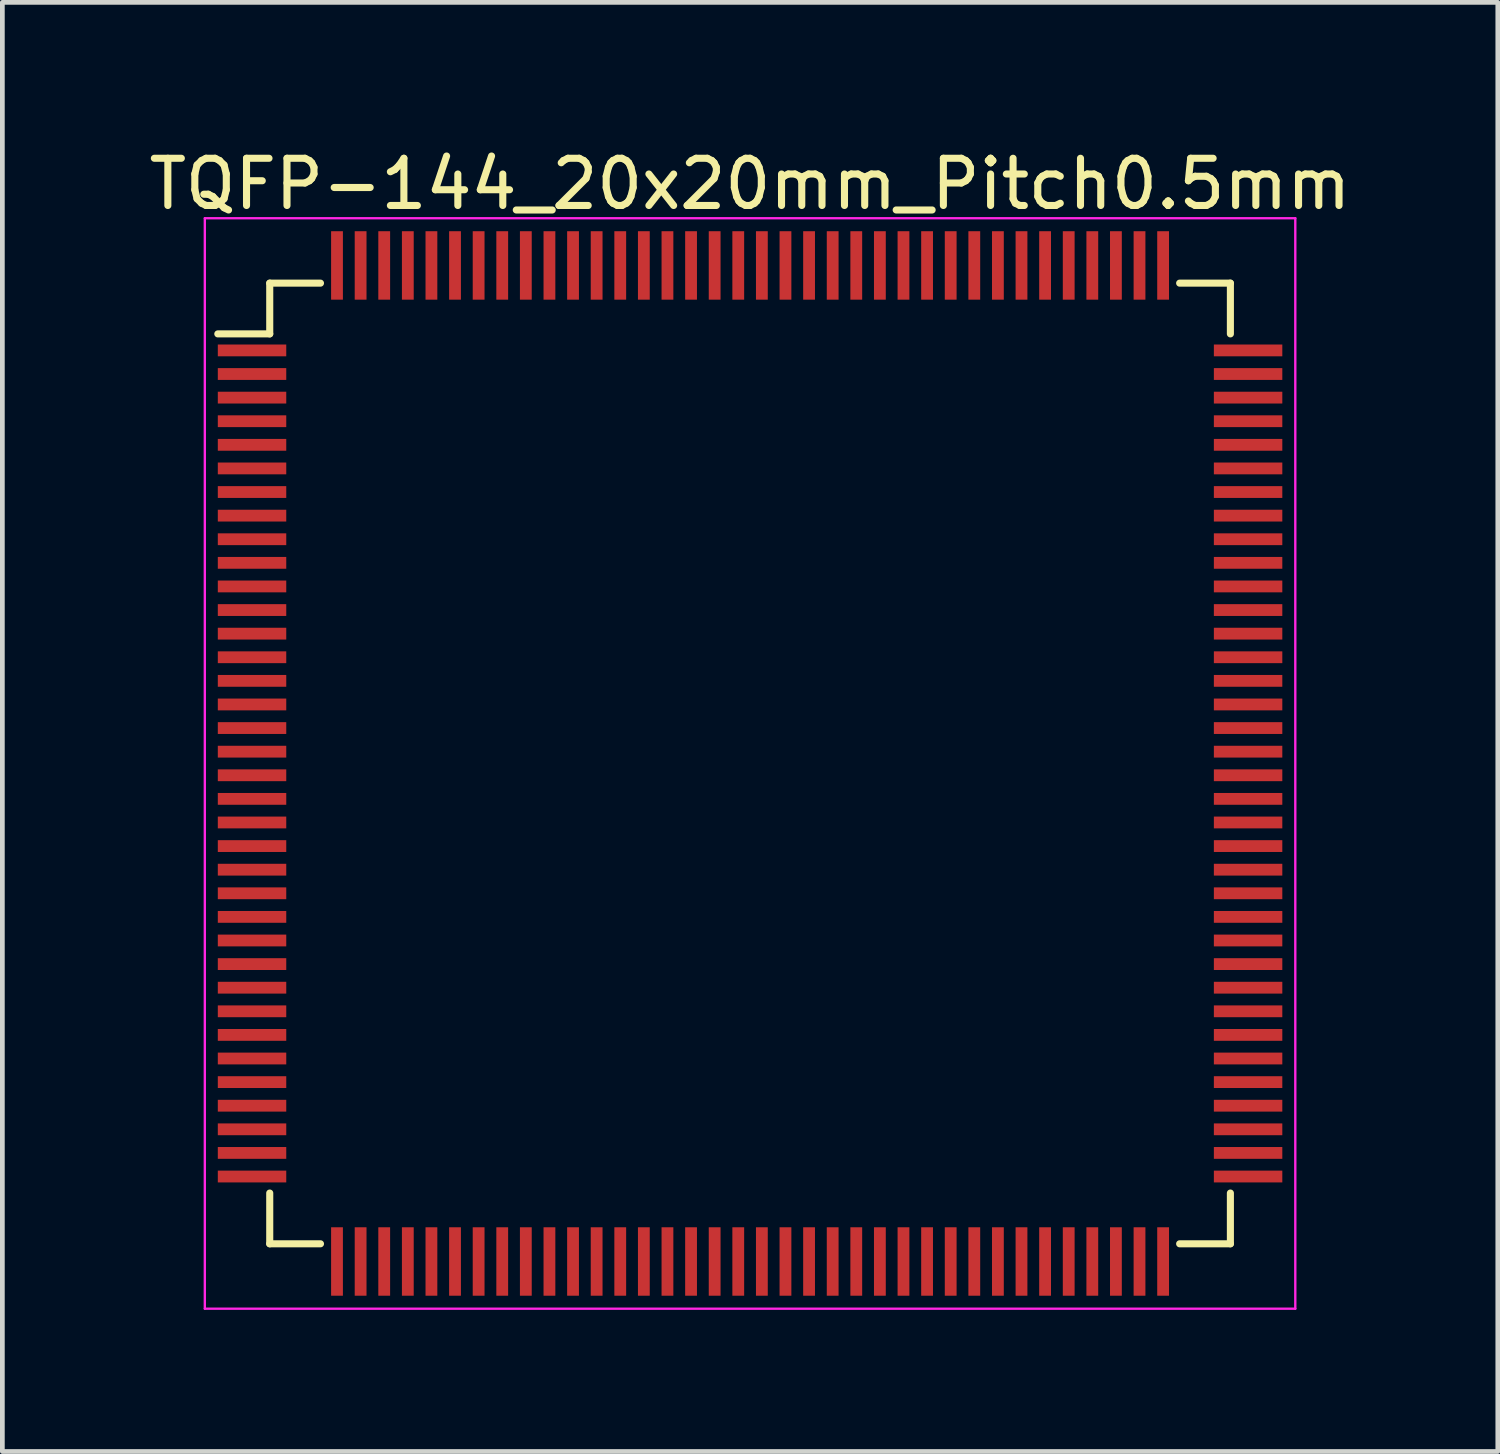
<source format=kicad_pcb>
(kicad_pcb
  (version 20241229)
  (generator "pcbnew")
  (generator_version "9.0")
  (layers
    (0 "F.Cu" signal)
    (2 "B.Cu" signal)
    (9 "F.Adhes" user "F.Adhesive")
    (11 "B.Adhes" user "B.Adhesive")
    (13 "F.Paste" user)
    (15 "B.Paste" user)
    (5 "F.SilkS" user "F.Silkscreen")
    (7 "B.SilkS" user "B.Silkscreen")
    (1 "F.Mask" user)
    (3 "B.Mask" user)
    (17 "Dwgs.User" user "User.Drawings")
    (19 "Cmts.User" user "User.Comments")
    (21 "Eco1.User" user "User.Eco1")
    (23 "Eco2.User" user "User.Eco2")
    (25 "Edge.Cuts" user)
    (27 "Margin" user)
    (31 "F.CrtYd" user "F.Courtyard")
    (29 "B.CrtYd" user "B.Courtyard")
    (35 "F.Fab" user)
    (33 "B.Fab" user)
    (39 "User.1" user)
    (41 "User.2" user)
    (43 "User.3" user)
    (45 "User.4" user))
  (footprint "TQFP-144_20x20mm_Pitch0.5mm"
    (layer "F.Cu")
    (at 12.839 13.123)
    (property "Reference" "TQFP-144_20x20mm_Pitch0.5mm" (at 0 -12.275 0) (layer "F.SilkS") (effects (font (size 1 1) (thickness 0.15))))
    (attr smd)
    (fp_line (start -10.175 -10.175) (end -10.175 -9.1) (stroke (width 0.15) (type solid)) (layer "F.SilkS"))
    (fp_line (start -10.175 -10.175) (end -9.1 -10.175) (stroke (width 0.15) (type solid)) (layer "F.SilkS"))
    (fp_line (start -10.175 -9.1) (end -11.275 -9.1) (stroke (width 0.15) (type solid)) (layer "F.SilkS"))
    (fp_line (start -10.175 10.175) (end -10.175 9.1) (stroke (width 0.15) (type solid)) (layer "F.SilkS"))
    (fp_line (start -10.175 10.175) (end -9.1 10.175) (stroke (width 0.15) (type solid)) (layer "F.SilkS"))
    (fp_line (start 10.175 -10.175) (end 9.1 -10.175) (stroke (width 0.15) (type solid)) (layer "F.SilkS"))
    (fp_line (start 10.175 -10.175) (end 10.175 -9.1) (stroke (width 0.15) (type solid)) (layer "F.SilkS"))
    (fp_line (start 10.175 10.175) (end 9.1 10.175) (stroke (width 0.15) (type solid)) (layer "F.SilkS"))
    (fp_line (start 10.175 10.175) (end 10.175 9.1) (stroke (width 0.15) (type solid)) (layer "F.SilkS"))
    (fp_line (start -11.55 -11.55) (end -11.55 11.55) (stroke (width 0.05) (type solid)) (layer "F.CrtYd"))
    (fp_line (start -11.55 -11.55) (end 11.55 -11.55) (stroke (width 0.05) (type solid)) (layer "F.CrtYd"))
    (fp_line (start -11.55 11.55) (end 11.55 11.55) (stroke (width 0.05) (type solid)) (layer "F.CrtYd"))
    (fp_line (start 11.55 -11.55) (end 11.55 11.55) (stroke (width 0.05) (type solid)) (layer "F.CrtYd"))
    (pad "1" smd rect (at -10.55 -8.75) (size 1.45 0.25) (layers "F.Cu" "F.Mask" "F.Paste"))
    (pad "2" smd rect (at -10.55 -8.25) (size 1.45 0.25) (layers "F.Cu" "F.Mask" "F.Paste"))
    (pad "3" smd rect (at -10.55 -7.75) (size 1.45 0.25) (layers "F.Cu" "F.Mask" "F.Paste"))
    (pad "4" smd rect (at -10.55 -7.25) (size 1.45 0.25) (layers "F.Cu" "F.Mask" "F.Paste"))
    (pad "5" smd rect (at -10.55 -6.75) (size 1.45 0.25) (layers "F.Cu" "F.Mask" "F.Paste"))
    (pad "6" smd rect (at -10.55 -6.25) (size 1.45 0.25) (layers "F.Cu" "F.Mask" "F.Paste"))
    (pad "7" smd rect (at -10.55 -5.75) (size 1.45 0.25) (layers "F.Cu" "F.Mask" "F.Paste"))
    (pad "8" smd rect (at -10.55 -5.25) (size 1.45 0.25) (layers "F.Cu" "F.Mask" "F.Paste"))
    (pad "9" smd rect (at -10.55 -4.75) (size 1.45 0.25) (layers "F.Cu" "F.Mask" "F.Paste"))
    (pad "10" smd rect (at -10.55 -4.25) (size 1.45 0.25) (layers "F.Cu" "F.Mask" "F.Paste"))
    (pad "11" smd rect (at -10.55 -3.75) (size 1.45 0.25) (layers "F.Cu" "F.Mask" "F.Paste"))
    (pad "12" smd rect (at -10.55 -3.25) (size 1.45 0.25) (layers "F.Cu" "F.Mask" "F.Paste"))
    (pad "13" smd rect (at -10.55 -2.75) (size 1.45 0.25) (layers "F.Cu" "F.Mask" "F.Paste"))
    (pad "14" smd rect (at -10.55 -2.25) (size 1.45 0.25) (layers "F.Cu" "F.Mask" "F.Paste"))
    (pad "15" smd rect (at -10.55 -1.75) (size 1.45 0.25) (layers "F.Cu" "F.Mask" "F.Paste"))
    (pad "16" smd rect (at -10.55 -1.25) (size 1.45 0.25) (layers "F.Cu" "F.Mask" "F.Paste"))
    (pad "17" smd rect (at -10.55 -0.75) (size 1.45 0.25) (layers "F.Cu" "F.Mask" "F.Paste"))
    (pad "18" smd rect (at -10.55 -0.25) (size 1.45 0.25) (layers "F.Cu" "F.Mask" "F.Paste"))
    (pad "19" smd rect (at -10.55 0.25) (size 1.45 0.25) (layers "F.Cu" "F.Mask" "F.Paste"))
    (pad "20" smd rect (at -10.55 0.75) (size 1.45 0.25) (layers "F.Cu" "F.Mask" "F.Paste"))
    (pad "21" smd rect (at -10.55 1.25) (size 1.45 0.25) (layers "F.Cu" "F.Mask" "F.Paste"))
    (pad "22" smd rect (at -10.55 1.75) (size 1.45 0.25) (layers "F.Cu" "F.Mask" "F.Paste"))
    (pad "23" smd rect (at -10.55 2.25) (size 1.45 0.25) (layers "F.Cu" "F.Mask" "F.Paste"))
    (pad "24" smd rect (at -10.55 2.75) (size 1.45 0.25) (layers "F.Cu" "F.Mask" "F.Paste"))
    (pad "25" smd rect (at -10.55 3.25) (size 1.45 0.25) (layers "F.Cu" "F.Mask" "F.Paste"))
    (pad "26" smd rect (at -10.55 3.75) (size 1.45 0.25) (layers "F.Cu" "F.Mask" "F.Paste"))
    (pad "27" smd rect (at -10.55 4.25) (size 1.45 0.25) (layers "F.Cu" "F.Mask" "F.Paste"))
    (pad "28" smd rect (at -10.55 4.75) (size 1.45 0.25) (layers "F.Cu" "F.Mask" "F.Paste"))
    (pad "29" smd rect (at -10.55 5.25) (size 1.45 0.25) (layers "F.Cu" "F.Mask" "F.Paste"))
    (pad "30" smd rect (at -10.55 5.75) (size 1.45 0.25) (layers "F.Cu" "F.Mask" "F.Paste"))
    (pad "31" smd rect (at -10.55 6.25) (size 1.45 0.25) (layers "F.Cu" "F.Mask" "F.Paste"))
    (pad "32" smd rect (at -10.55 6.75) (size 1.45 0.25) (layers "F.Cu" "F.Mask" "F.Paste"))
    (pad "33" smd rect (at -10.55 7.25) (size 1.45 0.25) (layers "F.Cu" "F.Mask" "F.Paste"))
    (pad "34" smd rect (at -10.55 7.75) (size 1.45 0.25) (layers "F.Cu" "F.Mask" "F.Paste"))
    (pad "35" smd rect (at -10.55 8.25) (size 1.45 0.25) (layers "F.Cu" "F.Mask" "F.Paste"))
    (pad "36" smd rect (at -10.55 8.75) (size 1.45 0.25) (layers "F.Cu" "F.Mask" "F.Paste"))
    (pad "37" smd rect (at -8.75 10.55 90) (size 1.45 0.25) (layers "F.Cu" "F.Mask" "F.Paste"))
    (pad "38" smd rect (at -8.25 10.55 90) (size 1.45 0.25) (layers "F.Cu" "F.Mask" "F.Paste"))
    (pad "39" smd rect (at -7.75 10.55 90) (size 1.45 0.25) (layers "F.Cu" "F.Mask" "F.Paste"))
    (pad "40" smd rect (at -7.25 10.55 90) (size 1.45 0.25) (layers "F.Cu" "F.Mask" "F.Paste"))
    (pad "41" smd rect (at -6.75 10.55 90) (size 1.45 0.25) (layers "F.Cu" "F.Mask" "F.Paste"))
    (pad "42" smd rect (at -6.25 10.55 90) (size 1.45 0.25) (layers "F.Cu" "F.Mask" "F.Paste"))
    (pad "43" smd rect (at -5.75 10.55 90) (size 1.45 0.25) (layers "F.Cu" "F.Mask" "F.Paste"))
    (pad "44" smd rect (at -5.25 10.55 90) (size 1.45 0.25) (layers "F.Cu" "F.Mask" "F.Paste"))
    (pad "45" smd rect (at -4.75 10.55 90) (size 1.45 0.25) (layers "F.Cu" "F.Mask" "F.Paste"))
    (pad "46" smd rect (at -4.25 10.55 90) (size 1.45 0.25) (layers "F.Cu" "F.Mask" "F.Paste"))
    (pad "47" smd rect (at -3.75 10.55 90) (size 1.45 0.25) (layers "F.Cu" "F.Mask" "F.Paste"))
    (pad "48" smd rect (at -3.25 10.55 90) (size 1.45 0.25) (layers "F.Cu" "F.Mask" "F.Paste"))
    (pad "49" smd rect (at -2.75 10.55 90) (size 1.45 0.25) (layers "F.Cu" "F.Mask" "F.Paste"))
    (pad "50" smd rect (at -2.25 10.55 90) (size 1.45 0.25) (layers "F.Cu" "F.Mask" "F.Paste"))
    (pad "51" smd rect (at -1.75 10.55 90) (size 1.45 0.25) (layers "F.Cu" "F.Mask" "F.Paste"))
    (pad "52" smd rect (at -1.25 10.55 90) (size 1.45 0.25) (layers "F.Cu" "F.Mask" "F.Paste"))
    (pad "53" smd rect (at -0.75 10.55 90) (size 1.45 0.25) (layers "F.Cu" "F.Mask" "F.Paste"))
    (pad "54" smd rect (at -0.25 10.55 90) (size 1.45 0.25) (layers "F.Cu" "F.Mask" "F.Paste"))
    (pad "55" smd rect (at 0.25 10.55 90) (size 1.45 0.25) (layers "F.Cu" "F.Mask" "F.Paste"))
    (pad "56" smd rect (at 0.75 10.55 90) (size 1.45 0.25) (layers "F.Cu" "F.Mask" "F.Paste"))
    (pad "57" smd rect (at 1.25 10.55 90) (size 1.45 0.25) (layers "F.Cu" "F.Mask" "F.Paste"))
    (pad "58" smd rect (at 1.75 10.55 90) (size 1.45 0.25) (layers "F.Cu" "F.Mask" "F.Paste"))
    (pad "59" smd rect (at 2.25 10.55 90) (size 1.45 0.25) (layers "F.Cu" "F.Mask" "F.Paste"))
    (pad "60" smd rect (at 2.75 10.55 90) (size 1.45 0.25) (layers "F.Cu" "F.Mask" "F.Paste"))
    (pad "61" smd rect (at 3.25 10.55 90) (size 1.45 0.25) (layers "F.Cu" "F.Mask" "F.Paste"))
    (pad "62" smd rect (at 3.75 10.55 90) (size 1.45 0.25) (layers "F.Cu" "F.Mask" "F.Paste"))
    (pad "63" smd rect (at 4.25 10.55 90) (size 1.45 0.25) (layers "F.Cu" "F.Mask" "F.Paste"))
    (pad "64" smd rect (at 4.75 10.55 90) (size 1.45 0.25) (layers "F.Cu" "F.Mask" "F.Paste"))
    (pad "65" smd rect (at 5.25 10.55 90) (size 1.45 0.25) (layers "F.Cu" "F.Mask" "F.Paste"))
    (pad "66" smd rect (at 5.75 10.55 90) (size 1.45 0.25) (layers "F.Cu" "F.Mask" "F.Paste"))
    (pad "67" smd rect (at 6.25 10.55 90) (size 1.45 0.25) (layers "F.Cu" "F.Mask" "F.Paste"))
    (pad "68" smd rect (at 6.75 10.55 90) (size 1.45 0.25) (layers "F.Cu" "F.Mask" "F.Paste"))
    (pad "69" smd rect (at 7.25 10.55 90) (size 1.45 0.25) (layers "F.Cu" "F.Mask" "F.Paste"))
    (pad "70" smd rect (at 7.75 10.55 90) (size 1.45 0.25) (layers "F.Cu" "F.Mask" "F.Paste"))
    (pad "71" smd rect (at 8.25 10.55 90) (size 1.45 0.25) (layers "F.Cu" "F.Mask" "F.Paste"))
    (pad "72" smd rect (at 8.75 10.55 90) (size 1.45 0.25) (layers "F.Cu" "F.Mask" "F.Paste"))
    (pad "73" smd rect (at 10.55 8.75) (size 1.45 0.25) (layers "F.Cu" "F.Mask" "F.Paste"))
    (pad "74" smd rect (at 10.55 8.25) (size 1.45 0.25) (layers "F.Cu" "F.Mask" "F.Paste"))
    (pad "75" smd rect (at 10.55 7.75) (size 1.45 0.25) (layers "F.Cu" "F.Mask" "F.Paste"))
    (pad "76" smd rect (at 10.55 7.25) (size 1.45 0.25) (layers "F.Cu" "F.Mask" "F.Paste"))
    (pad "77" smd rect (at 10.55 6.75) (size 1.45 0.25) (layers "F.Cu" "F.Mask" "F.Paste"))
    (pad "78" smd rect (at 10.55 6.25) (size 1.45 0.25) (layers "F.Cu" "F.Mask" "F.Paste"))
    (pad "79" smd rect (at 10.55 5.75) (size 1.45 0.25) (layers "F.Cu" "F.Mask" "F.Paste"))
    (pad "80" smd rect (at 10.55 5.25) (size 1.45 0.25) (layers "F.Cu" "F.Mask" "F.Paste"))
    (pad "81" smd rect (at 10.55 4.75) (size 1.45 0.25) (layers "F.Cu" "F.Mask" "F.Paste"))
    (pad "82" smd rect (at 10.55 4.25) (size 1.45 0.25) (layers "F.Cu" "F.Mask" "F.Paste"))
    (pad "83" smd rect (at 10.55 3.75) (size 1.45 0.25) (layers "F.Cu" "F.Mask" "F.Paste"))
    (pad "84" smd rect (at 10.55 3.25) (size 1.45 0.25) (layers "F.Cu" "F.Mask" "F.Paste"))
    (pad "85" smd rect (at 10.55 2.75) (size 1.45 0.25) (layers "F.Cu" "F.Mask" "F.Paste"))
    (pad "86" smd rect (at 10.55 2.25) (size 1.45 0.25) (layers "F.Cu" "F.Mask" "F.Paste"))
    (pad "87" smd rect (at 10.55 1.75) (size 1.45 0.25) (layers "F.Cu" "F.Mask" "F.Paste"))
    (pad "88" smd rect (at 10.55 1.25) (size 1.45 0.25) (layers "F.Cu" "F.Mask" "F.Paste"))
    (pad "89" smd rect (at 10.55 0.75) (size 1.45 0.25) (layers "F.Cu" "F.Mask" "F.Paste"))
    (pad "90" smd rect (at 10.55 0.25) (size 1.45 0.25) (layers "F.Cu" "F.Mask" "F.Paste"))
    (pad "91" smd rect (at 10.55 -0.25) (size 1.45 0.25) (layers "F.Cu" "F.Mask" "F.Paste"))
    (pad "92" smd rect (at 10.55 -0.75) (size 1.45 0.25) (layers "F.Cu" "F.Mask" "F.Paste"))
    (pad "93" smd rect (at 10.55 -1.25) (size 1.45 0.25) (layers "F.Cu" "F.Mask" "F.Paste"))
    (pad "94" smd rect (at 10.55 -1.75) (size 1.45 0.25) (layers "F.Cu" "F.Mask" "F.Paste"))
    (pad "95" smd rect (at 10.55 -2.25) (size 1.45 0.25) (layers "F.Cu" "F.Mask" "F.Paste"))
    (pad "96" smd rect (at 10.55 -2.75) (size 1.45 0.25) (layers "F.Cu" "F.Mask" "F.Paste"))
    (pad "97" smd rect (at 10.55 -3.25) (size 1.45 0.25) (layers "F.Cu" "F.Mask" "F.Paste"))
    (pad "98" smd rect (at 10.55 -3.75) (size 1.45 0.25) (layers "F.Cu" "F.Mask" "F.Paste"))
    (pad "99" smd rect (at 10.55 -4.25) (size 1.45 0.25) (layers "F.Cu" "F.Mask" "F.Paste"))
    (pad "100" smd rect (at 10.55 -4.75) (size 1.45 0.25) (layers "F.Cu" "F.Mask" "F.Paste"))
    (pad "101" smd rect (at 10.55 -5.25) (size 1.45 0.25) (layers "F.Cu" "F.Mask" "F.Paste"))
    (pad "102" smd rect (at 10.55 -5.75) (size 1.45 0.25) (layers "F.Cu" "F.Mask" "F.Paste"))
    (pad "103" smd rect (at 10.55 -6.25) (size 1.45 0.25) (layers "F.Cu" "F.Mask" "F.Paste"))
    (pad "104" smd rect (at 10.55 -6.75) (size 1.45 0.25) (layers "F.Cu" "F.Mask" "F.Paste"))
    (pad "105" smd rect (at 10.55 -7.25) (size 1.45 0.25) (layers "F.Cu" "F.Mask" "F.Paste"))
    (pad "106" smd rect (at 10.55 -7.75) (size 1.45 0.25) (layers "F.Cu" "F.Mask" "F.Paste"))
    (pad "107" smd rect (at 10.55 -8.25) (size 1.45 0.25) (layers "F.Cu" "F.Mask" "F.Paste"))
    (pad "108" smd rect (at 10.55 -8.75) (size 1.45 0.25) (layers "F.Cu" "F.Mask" "F.Paste"))
    (pad "109" smd rect (at 8.75 -10.55 90) (size 1.45 0.25) (layers "F.Cu" "F.Mask" "F.Paste"))
    (pad "110" smd rect (at 8.25 -10.55 90) (size 1.45 0.25) (layers "F.Cu" "F.Mask" "F.Paste"))
    (pad "111" smd rect (at 7.75 -10.55 90) (size 1.45 0.25) (layers "F.Cu" "F.Mask" "F.Paste"))
    (pad "112" smd rect (at 7.25 -10.55 90) (size 1.45 0.25) (layers "F.Cu" "F.Mask" "F.Paste"))
    (pad "113" smd rect (at 6.75 -10.55 90) (size 1.45 0.25) (layers "F.Cu" "F.Mask" "F.Paste"))
    (pad "114" smd rect (at 6.25 -10.55 90) (size 1.45 0.25) (layers "F.Cu" "F.Mask" "F.Paste"))
    (pad "115" smd rect (at 5.75 -10.55 90) (size 1.45 0.25) (layers "F.Cu" "F.Mask" "F.Paste"))
    (pad "116" smd rect (at 5.25 -10.55 90) (size 1.45 0.25) (layers "F.Cu" "F.Mask" "F.Paste"))
    (pad "117" smd rect (at 4.75 -10.55 90) (size 1.45 0.25) (layers "F.Cu" "F.Mask" "F.Paste"))
    (pad "118" smd rect (at 4.25 -10.55 90) (size 1.45 0.25) (layers "F.Cu" "F.Mask" "F.Paste"))
    (pad "119" smd rect (at 3.75 -10.55 90) (size 1.45 0.25) (layers "F.Cu" "F.Mask" "F.Paste"))
    (pad "120" smd rect (at 3.25 -10.55 90) (size 1.45 0.25) (layers "F.Cu" "F.Mask" "F.Paste"))
    (pad "121" smd rect (at 2.75 -10.55 90) (size 1.45 0.25) (layers "F.Cu" "F.Mask" "F.Paste"))
    (pad "122" smd rect (at 2.25 -10.55 90) (size 1.45 0.25) (layers "F.Cu" "F.Mask" "F.Paste"))
    (pad "123" smd rect (at 1.75 -10.55 90) (size 1.45 0.25) (layers "F.Cu" "F.Mask" "F.Paste"))
    (pad "124" smd rect (at 1.25 -10.55 90) (size 1.45 0.25) (layers "F.Cu" "F.Mask" "F.Paste"))
    (pad "125" smd rect (at 0.75 -10.55 90) (size 1.45 0.25) (layers "F.Cu" "F.Mask" "F.Paste"))
    (pad "126" smd rect (at 0.25 -10.55 90) (size 1.45 0.25) (layers "F.Cu" "F.Mask" "F.Paste"))
    (pad "127" smd rect (at -0.25 -10.55 90) (size 1.45 0.25) (layers "F.Cu" "F.Mask" "F.Paste"))
    (pad "128" smd rect (at -0.75 -10.55 90) (size 1.45 0.25) (layers "F.Cu" "F.Mask" "F.Paste"))
    (pad "129" smd rect (at -1.25 -10.55 90) (size 1.45 0.25) (layers "F.Cu" "F.Mask" "F.Paste"))
    (pad "130" smd rect (at -1.75 -10.55 90) (size 1.45 0.25) (layers "F.Cu" "F.Mask" "F.Paste"))
    (pad "131" smd rect (at -2.25 -10.55 90) (size 1.45 0.25) (layers "F.Cu" "F.Mask" "F.Paste"))
    (pad "132" smd rect (at -2.75 -10.55 90) (size 1.45 0.25) (layers "F.Cu" "F.Mask" "F.Paste"))
    (pad "133" smd rect (at -3.25 -10.55 90) (size 1.45 0.25) (layers "F.Cu" "F.Mask" "F.Paste"))
    (pad "134" smd rect (at -3.75 -10.55 90) (size 1.45 0.25) (layers "F.Cu" "F.Mask" "F.Paste"))
    (pad "135" smd rect (at -4.25 -10.55 90) (size 1.45 0.25) (layers "F.Cu" "F.Mask" "F.Paste"))
    (pad "136" smd rect (at -4.75 -10.55 90) (size 1.45 0.25) (layers "F.Cu" "F.Mask" "F.Paste"))
    (pad "137" smd rect (at -5.25 -10.55 90) (size 1.45 0.25) (layers "F.Cu" "F.Mask" "F.Paste"))
    (pad "138" smd rect (at -5.75 -10.55 90) (size 1.45 0.25) (layers "F.Cu" "F.Mask" "F.Paste"))
    (pad "139" smd rect (at -6.25 -10.55 90) (size 1.45 0.25) (layers "F.Cu" "F.Mask" "F.Paste"))
    (pad "140" smd rect (at -6.75 -10.55 90) (size 1.45 0.25) (layers "F.Cu" "F.Mask" "F.Paste"))
    (pad "141" smd rect (at -7.25 -10.55 90) (size 1.45 0.25) (layers "F.Cu" "F.Mask" "F.Paste"))
    (pad "142" smd rect (at -7.75 -10.55 90) (size 1.45 0.25) (layers "F.Cu" "F.Mask" "F.Paste"))
    (pad "143" smd rect (at -8.25 -10.55 90) (size 1.45 0.25) (layers "F.Cu" "F.Mask" "F.Paste"))
    (pad "144" smd rect (at -8.75 -10.55 90) (size 1.45 0.25) (layers "F.Cu" "F.Mask" "F.Paste")))
  (gr_rect
    (start -3 -3)
    (end 28.679 27.698)
    (stroke (width 0.1) (type default))
    (fill no)
    (layer "Edge.Cuts")))
</source>
